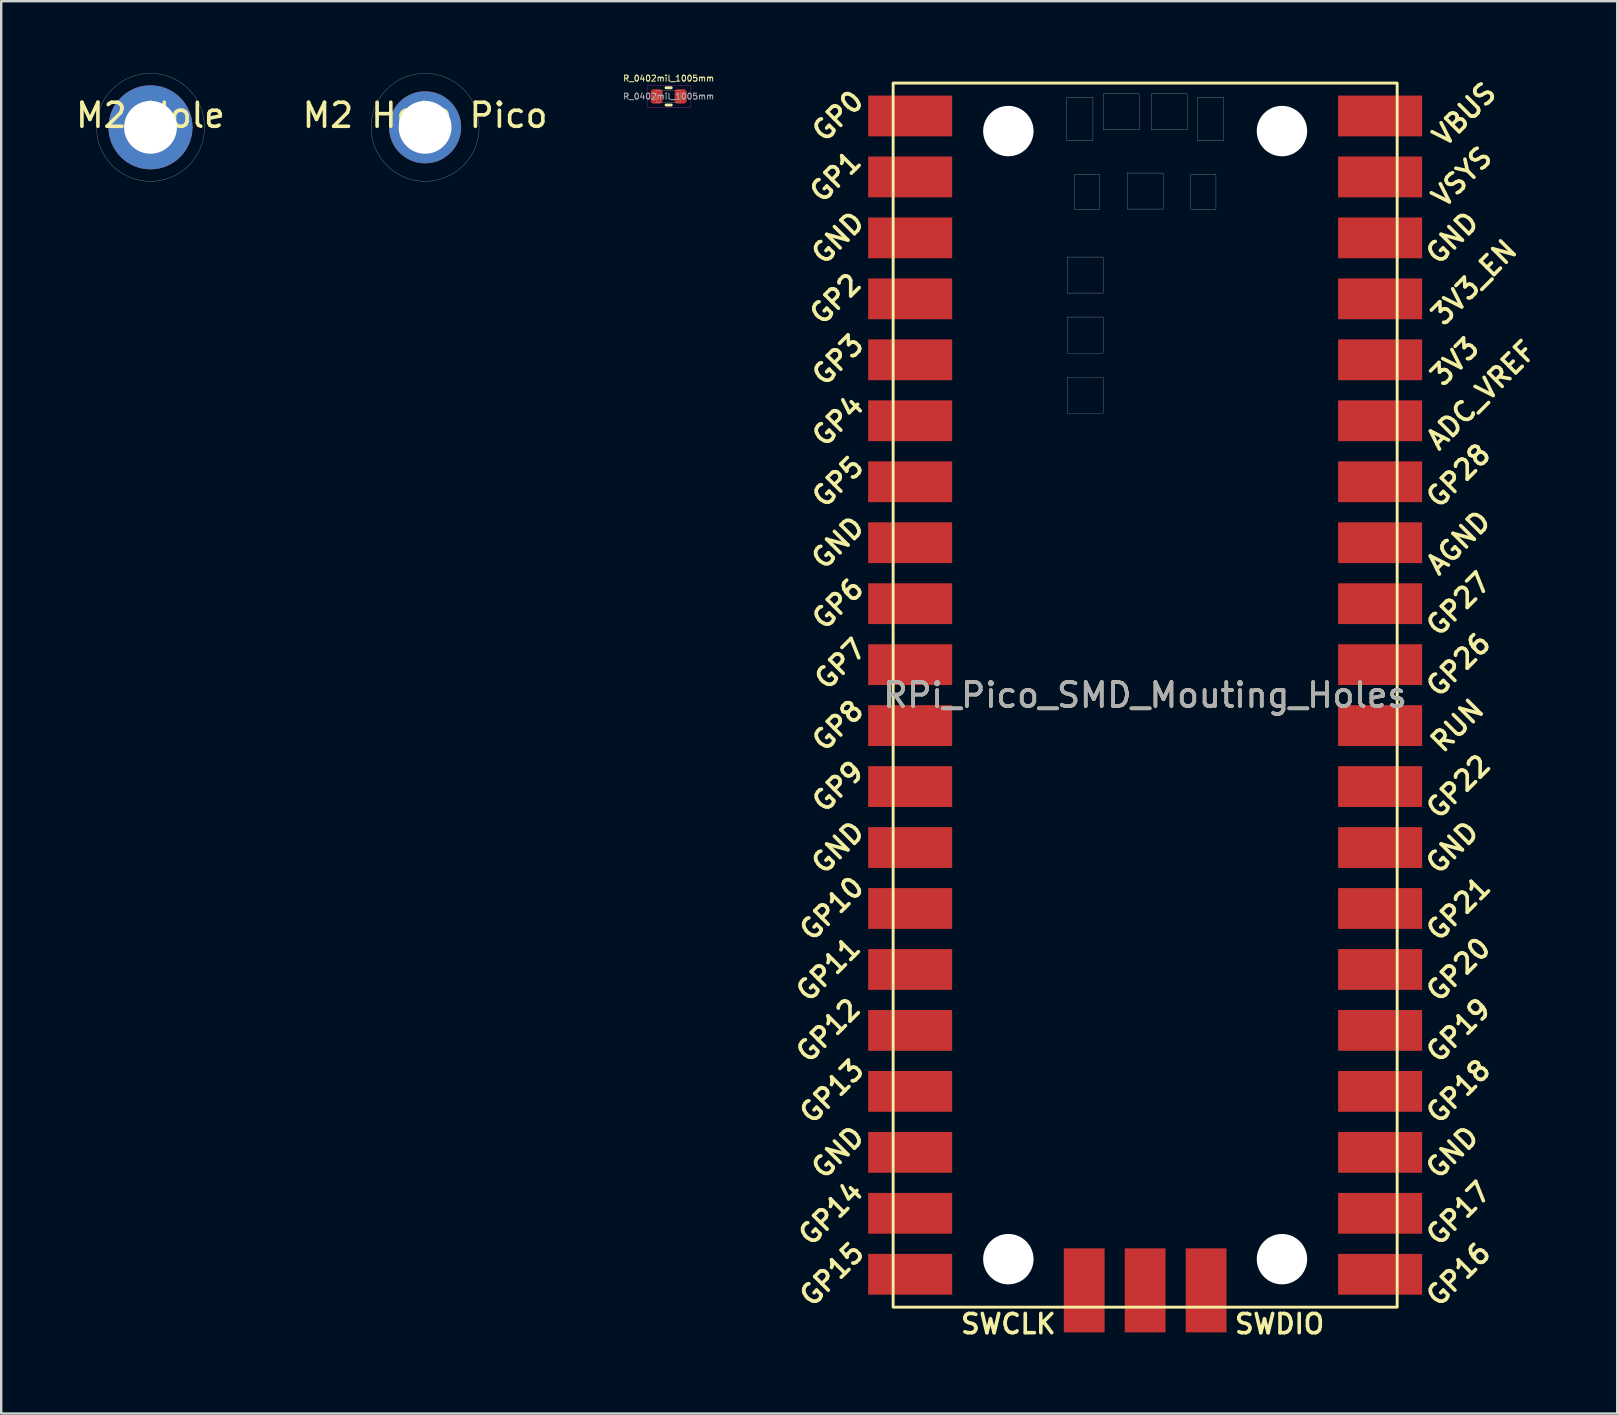
<source format=kicad_pcb>
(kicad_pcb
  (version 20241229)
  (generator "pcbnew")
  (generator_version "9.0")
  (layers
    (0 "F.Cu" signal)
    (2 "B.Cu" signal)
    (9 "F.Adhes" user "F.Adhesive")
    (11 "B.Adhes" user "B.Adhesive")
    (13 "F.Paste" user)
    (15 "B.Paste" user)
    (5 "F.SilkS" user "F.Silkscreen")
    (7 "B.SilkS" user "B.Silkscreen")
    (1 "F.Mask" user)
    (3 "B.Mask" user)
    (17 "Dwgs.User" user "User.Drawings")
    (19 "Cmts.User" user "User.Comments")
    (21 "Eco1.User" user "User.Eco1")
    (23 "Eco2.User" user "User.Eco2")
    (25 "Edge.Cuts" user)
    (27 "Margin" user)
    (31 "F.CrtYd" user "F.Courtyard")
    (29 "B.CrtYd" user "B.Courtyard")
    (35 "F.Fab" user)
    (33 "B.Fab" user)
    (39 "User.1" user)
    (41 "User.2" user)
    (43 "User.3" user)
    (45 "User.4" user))
  (footprint "R_0402mil_1005mm"
    (layer "F.Cu")
    (at 24.809 0.966)
    (property "Reference" "R_0402mil_1005mm" (at 0 -0.75 0) (layer "F.SilkS") (effects (font (size 0.25 0.25) (thickness 0.04))))
    (attr smd)
    (fp_line (start -0.108 -0.36) (end 0.108 -0.36) (stroke (width 0.12) (type solid)) (layer "F.SilkS"))
    (fp_line (start -0.108 0.36) (end 0.108 0.36) (stroke (width 0.12) (type solid)) (layer "F.SilkS"))
    (fp_rect (start -0.9 -0.45) (end 0.9 0.45) (stroke (width 0.01) (type solid)) (fill no) (layer "F.CrtYd"))
    (fp_rect (start -0.5 -0.25) (end 0.5 0.25) (stroke (width 0.01) (type solid)) (fill no) (layer "F.Fab"))
    (fp_text user "${REFERENCE}" (at 0 0 0) (layer "F.Fab") (effects (font (size 0.25 0.25) (thickness 0.04))))
    (pad "1" smd roundrect (at -0.5 0) (size 0.5 0.6) (layers "F.Cu" "F.Mask" "F.Paste") (roundrect_rratio 0.25))
    (pad "2" smd roundrect (at 0.5 0) (size 0.5 0.6) (layers "F.Cu" "F.Mask" "F.Paste") (roundrect_rratio 0.25)))
  (footprint "M2 Hole"
    (layer "F.Cu")
    (at 3.22 2.255)
    (property "Reference" "M2 Hole" (at 0 -0.5 0) (unlocked yes) (layer "F.SilkS") (effects (font (size 1 1) (thickness 0.15))))
    (attr through_hole)
    (fp_circle (center 0 0) (end 2.25 0) (stroke (width 0.01) (type solid)) (fill no) (layer "Dwgs.User"))
    (pad "1" thru_hole circle (at 0 0) (size 3.5 3.5) (drill 2.2) (layers "*.Cu" "*.Mask")))
  (footprint "RPi_Pico_SMD_Mouting_Holes"
    (layer "F.Cu")
    (at 44.661 25.911)
    (property "Reference" "RPi_Pico_SMD_Mouting_Holes" (at 0 0 0) (layer "F.SilkS") (effects (font (size 1 1) (thickness 0.15))))
    (attr through_hole)
    (fp_rect (start -10.5 -25.5) (end 10.5 25.5) (stroke (width 0.12) (type solid)) (fill no) (layer "F.SilkS"))
    (fp_rect (start -3.275 -24.9) (end -2.175 -23.1) (stroke (width 0.01) (type solid)) (fill no) (layer "Dwgs.User"))
    (fp_rect (start -3.25 -18.25) (end -1.75 -16.75) (stroke (width 0.01) (type solid)) (fill no) (layer "Dwgs.User"))
    (fp_rect (start -3.25 -15.75) (end -1.75 -14.25) (stroke (width 0.01) (type solid)) (fill no) (layer "Dwgs.User"))
    (fp_rect (start -3.25 -13.25) (end -1.75 -11.75) (stroke (width 0.01) (type solid)) (fill no) (layer "Dwgs.User"))
    (fp_rect (start -2.95 -21.695) (end -1.9 -20.245) (stroke (width 0.01) (type solid)) (fill no) (layer "Dwgs.User"))
    (fp_rect (start -1.75 -25.05) (end -0.25 -23.55) (stroke (width 0.01) (type solid)) (fill no) (layer "Dwgs.User"))
    (fp_rect (start -0.75 -21.75) (end 0.75 -20.25) (stroke (width 0.01) (type solid)) (fill no) (layer "Dwgs.User"))
    (fp_rect (start 0.25 -25.05) (end 1.75 -23.55) (stroke (width 0.01) (type solid)) (fill no) (layer "Dwgs.User"))
    (fp_rect (start 1.9 -21.695) (end 2.95 -20.245) (stroke (width 0.01) (type solid)) (fill no) (layer "Dwgs.User"))
    (fp_rect (start 2.175 -24.9) (end 3.275 -23.1) (stroke (width 0.01) (type solid)) (fill no) (layer "Dwgs.User"))
    (fp_text user "SWCLK" (at -5.7 26.2 0) (layer "F.SilkS") (effects (font (size 0.8 0.8) (thickness 0.15))))
    (fp_text user "GP5" (at -12.8 -8.89 45) (layer "F.SilkS") (effects (font (size 0.8 0.8) (thickness 0.15))))
    (fp_text user "GND" (at -12.8 -6.35 45) (layer "F.SilkS") (effects (font (size 0.8 0.8) (thickness 0.15))))
    (fp_text user "GP17" (at 13.054 21.59 45) (layer "F.SilkS") (effects (font (size 0.8 0.8) (thickness 0.15))))
    (fp_text user "SWDIO" (at 5.6 26.2 0) (layer "F.SilkS") (effects (font (size 0.8 0.8) (thickness 0.15))))
    (fp_text user "GP15" (at -13.054 24.13 45) (layer "F.SilkS") (effects (font (size 0.8 0.8) (thickness 0.15))))
    (fp_text user "GP14" (at -13.1 21.59 45) (layer "F.SilkS") (effects (font (size 0.8 0.8) (thickness 0.15))))
    (fp_text user "GP21" (at 13.054 8.9 45) (layer "F.SilkS") (effects (font (size 0.8 0.8) (thickness 0.15))))
    (fp_text user "GND" (at 12.8 19.05 45) (layer "F.SilkS") (effects (font (size 0.8 0.8) (thickness 0.15))))
    (fp_text user "GP4" (at -12.8 -11.43 45) (layer "F.SilkS") (effects (font (size 0.8 0.8) (thickness 0.15))))
    (fp_text user "GND" (at -12.8 6.35 45) (layer "F.SilkS") (effects (font (size 0.8 0.8) (thickness 0.15))))
    (fp_text user "GP1" (at -12.9 -21.6 45) (layer "F.SilkS") (effects (font (size 0.8 0.8) (thickness 0.15))))
    (fp_text user "GP3" (at -12.8 -13.97 45) (layer "F.SilkS") (effects (font (size 0.8 0.8) (thickness 0.15))))
    (fp_text user "GP9" (at -12.8 3.81 45) (layer "F.SilkS") (effects (font (size 0.8 0.8) (thickness 0.15))))
    (fp_text user "GP20" (at 13.054 11.43 45) (layer "F.SilkS") (effects (font (size 0.8 0.8) (thickness 0.15))))
    (fp_text user "AGND" (at 13.054 -6.35 45) (layer "F.SilkS") (effects (font (size 0.8 0.8) (thickness 0.15))))
    (fp_text user "GND" (at -12.8 19.05 45) (layer "F.SilkS") (effects (font (size 0.8 0.8) (thickness 0.15))))
    (fp_text user "VSYS" (at 13.2 -21.59 45) (layer "F.SilkS") (effects (font (size 0.8 0.8) (thickness 0.15))))
    (fp_text user "GP11" (at -13.2 11.43 45) (layer "F.SilkS") (effects (font (size 0.8 0.8) (thickness 0.15))))
    (fp_text user "GP28" (at 13.054 -9.144 45) (layer "F.SilkS") (effects (font (size 0.8 0.8) (thickness 0.15))))
    (fp_text user "GND" (at 12.8 -19.05 45) (layer "F.SilkS") (effects (font (size 0.8 0.8) (thickness 0.15))))
    (fp_text user "GP19" (at 13.054 13.97 45) (layer "F.SilkS") (effects (font (size 0.8 0.8) (thickness 0.15))))
    (fp_text user "GP26" (at 13.054 -1.27 45) (layer "F.SilkS") (effects (font (size 0.8 0.8) (thickness 0.15))))
    (fp_text user "GP10" (at -13.054 8.89 45) (layer "F.SilkS") (effects (font (size 0.8 0.8) (thickness 0.15))))
    (fp_text user "3V3_EN" (at 13.7 -17.2 45) (layer "F.SilkS") (effects (font (size 0.8 0.8) (thickness 0.15))))
    (fp_text user "VBUS" (at 13.3 -24.2 45) (layer "F.SilkS") (effects (font (size 0.8 0.8) (thickness 0.15))))
    (fp_text user "GP27" (at 13.054 -3.8 45) (layer "F.SilkS") (effects (font (size 0.8 0.8) (thickness 0.15))))
    (fp_text user "GP12" (at -13.2 13.97 45) (layer "F.SilkS") (effects (font (size 0.8 0.8) (thickness 0.15))))
    (fp_text user "GP2" (at -12.9 -16.51 45) (layer "F.SilkS") (effects (font (size 0.8 0.8) (thickness 0.15))))
    (fp_text user "GND" (at -12.8 -19.05 45) (layer "F.SilkS") (effects (font (size 0.8 0.8) (thickness 0.15))))
    (fp_text user "GP7" (at -12.7 -1.3 45) (layer "F.SilkS") (effects (font (size 0.8 0.8) (thickness 0.15))))
    (fp_text user "GP0" (at -12.8 -24.13 45) (layer "F.SilkS") (effects (font (size 0.8 0.8) (thickness 0.15))))
    (fp_text user "GP16" (at 13.054 24.13 45) (layer "F.SilkS") (effects (font (size 0.8 0.8) (thickness 0.15))))
    (fp_text user "GP18" (at 13.054 16.51 45) (layer "F.SilkS") (effects (font (size 0.8 0.8) (thickness 0.15))))
    (fp_text user "GND" (at 12.8 6.35 45) (layer "F.SilkS") (effects (font (size 0.8 0.8) (thickness 0.15))))
    (fp_text user "RUN" (at 13 1.27 45) (layer "F.SilkS") (effects (font (size 0.8 0.8) (thickness 0.15))))
    (fp_text user "GP6" (at -12.8 -3.81 45) (layer "F.SilkS") (effects (font (size 0.8 0.8) (thickness 0.15))))
    (fp_text user "GP13" (at -13.054 16.51 45) (layer "F.SilkS") (effects (font (size 0.8 0.8) (thickness 0.15))))
    (fp_text user "GP22" (at 13.054 3.81 45) (layer "F.SilkS") (effects (font (size 0.8 0.8) (thickness 0.15))))
    (fp_text user "3V3" (at 12.9 -13.9 45) (layer "F.SilkS") (effects (font (size 0.8 0.8) (thickness 0.15))))
    (fp_text user "ADC_VREF" (at 14 -12.5 45) (layer "F.SilkS") (effects (font (size 0.8 0.8) (thickness 0.15))))
    (fp_text user "GP8" (at -12.8 1.27 45) (layer "F.SilkS") (effects (font (size 0.8 0.8) (thickness 0.15))))
    (fp_text user "${REFERENCE}" (at 0 0 180) (layer "F.Fab") (effects (font (size 1 1) (thickness 0.15))))
    (pad "" np_thru_hole circle (at -5.7 -23.5) (size 2.1 2.1) (drill 2.1) (layers "*.Cu" "*.Mask"))
    (pad "" np_thru_hole circle (at -5.7 23.5) (size 2.1 2.1) (drill 2.1) (layers "*.Cu" "*.Mask"))
    (pad "" np_thru_hole circle (at 5.7 -23.5) (size 2.1 2.1) (drill 2.1) (layers "*.Cu" "*.Mask"))
    (pad "" np_thru_hole circle (at 5.7 23.5) (size 2.1 2.1) (drill 2.1) (layers "*.Cu" "*.Mask"))
    (pad "1" smd rect (at -8.89 -24.13) (size 3.5 1.7) (drill (offset -0.9 0)) (layers "F.Cu" "F.Mask"))
    (pad "2" smd rect (at -8.89 -21.59) (size 3.5 1.7) (drill (offset -0.9 0)) (layers "F.Cu" "F.Mask"))
    (pad "3" smd rect (at -8.89 -19.05) (size 3.5 1.7) (drill (offset -0.9 0)) (layers "F.Cu" "F.Mask"))
    (pad "4" smd rect (at -8.89 -16.51) (size 3.5 1.7) (drill (offset -0.9 0)) (layers "F.Cu" "F.Mask"))
    (pad "5" smd rect (at -8.89 -13.97) (size 3.5 1.7) (drill (offset -0.9 0)) (layers "F.Cu" "F.Mask"))
    (pad "6" smd rect (at -8.89 -11.43) (size 3.5 1.7) (drill (offset -0.9 0)) (layers "F.Cu" "F.Mask"))
    (pad "7" smd rect (at -8.89 -8.89) (size 3.5 1.7) (drill (offset -0.9 0)) (layers "F.Cu" "F.Mask"))
    (pad "8" smd rect (at -8.89 -6.35) (size 3.5 1.7) (drill (offset -0.9 0)) (layers "F.Cu" "F.Mask"))
    (pad "9" smd rect (at -8.89 -3.81) (size 3.5 1.7) (drill (offset -0.9 0)) (layers "F.Cu" "F.Mask"))
    (pad "10" smd rect (at -8.89 -1.27) (size 3.5 1.7) (drill (offset -0.9 0)) (layers "F.Cu" "F.Mask"))
    (pad "11" smd rect (at -8.89 1.27) (size 3.5 1.7) (drill (offset -0.9 0)) (layers "F.Cu" "F.Mask"))
    (pad "12" smd rect (at -8.89 3.81) (size 3.5 1.7) (drill (offset -0.9 0)) (layers "F.Cu" "F.Mask"))
    (pad "13" smd rect (at -8.89 6.35) (size 3.5 1.7) (drill (offset -0.9 0)) (layers "F.Cu" "F.Mask"))
    (pad "14" smd rect (at -8.89 8.89) (size 3.5 1.7) (drill (offset -0.9 0)) (layers "F.Cu" "F.Mask"))
    (pad "15" smd rect (at -8.89 11.43) (size 3.5 1.7) (drill (offset -0.9 0)) (layers "F.Cu" "F.Mask"))
    (pad "16" smd rect (at -8.89 13.97) (size 3.5 1.7) (drill (offset -0.9 0)) (layers "F.Cu" "F.Mask"))
    (pad "17" smd rect (at -8.89 16.51) (size 3.5 1.7) (drill (offset -0.9 0)) (layers "F.Cu" "F.Mask"))
    (pad "18" smd rect (at -8.89 19.05) (size 3.5 1.7) (drill (offset -0.9 0)) (layers "F.Cu" "F.Mask"))
    (pad "19" smd rect (at -8.89 21.59) (size 3.5 1.7) (drill (offset -0.9 0)) (layers "F.Cu" "F.Mask"))
    (pad "20" smd rect (at -8.89 24.13) (size 3.5 1.7) (drill (offset -0.9 0)) (layers "F.Cu" "F.Mask"))
    (pad "21" smd rect (at 8.89 24.13) (size 3.5 1.7) (drill (offset 0.9 0)) (layers "F.Cu" "F.Mask"))
    (pad "22" smd rect (at 8.89 21.59) (size 3.5 1.7) (drill (offset 0.9 0)) (layers "F.Cu" "F.Mask"))
    (pad "23" smd rect (at 8.89 19.05) (size 3.5 1.7) (drill (offset 0.9 0)) (layers "F.Cu" "F.Mask"))
    (pad "24" smd rect (at 8.89 16.51) (size 3.5 1.7) (drill (offset 0.9 0)) (layers "F.Cu" "F.Mask"))
    (pad "25" smd rect (at 8.89 13.97) (size 3.5 1.7) (drill (offset 0.9 0)) (layers "F.Cu" "F.Mask"))
    (pad "26" smd rect (at 8.89 11.43) (size 3.5 1.7) (drill (offset 0.9 0)) (layers "F.Cu" "F.Mask"))
    (pad "27" smd rect (at 8.89 8.89) (size 3.5 1.7) (drill (offset 0.9 0)) (layers "F.Cu" "F.Mask"))
    (pad "28" smd rect (at 8.89 6.35) (size 3.5 1.7) (drill (offset 0.9 0)) (layers "F.Cu" "F.Mask"))
    (pad "29" smd rect (at 8.89 3.81) (size 3.5 1.7) (drill (offset 0.9 0)) (layers "F.Cu" "F.Mask"))
    (pad "30" smd rect (at 8.89 1.27) (size 3.5 1.7) (drill (offset 0.9 0)) (layers "F.Cu" "F.Mask"))
    (pad "31" smd rect (at 8.89 -1.27) (size 3.5 1.7) (drill (offset 0.9 0)) (layers "F.Cu" "F.Mask"))
    (pad "32" smd rect (at 8.89 -3.81) (size 3.5 1.7) (drill (offset 0.9 0)) (layers "F.Cu" "F.Mask"))
    (pad "33" smd rect (at 8.89 -6.35) (size 3.5 1.7) (drill (offset 0.9 0)) (layers "F.Cu" "F.Mask"))
    (pad "34" smd rect (at 8.89 -8.89) (size 3.5 1.7) (drill (offset 0.9 0)) (layers "F.Cu" "F.Mask"))
    (pad "35" smd rect (at 8.89 -11.43) (size 3.5 1.7) (drill (offset 0.9 0)) (layers "F.Cu" "F.Mask"))
    (pad "36" smd rect (at 8.89 -13.97) (size 3.5 1.7) (drill (offset 0.9 0)) (layers "F.Cu" "F.Mask"))
    (pad "37" smd rect (at 8.89 -16.51) (size 3.5 1.7) (drill (offset 0.9 0)) (layers "F.Cu" "F.Mask"))
    (pad "38" smd rect (at 8.89 -19.05) (size 3.5 1.7) (drill (offset 0.9 0)) (layers "F.Cu" "F.Mask"))
    (pad "39" smd rect (at 8.89 -21.59) (size 3.5 1.7) (drill (offset 0.9 0)) (layers "F.Cu" "F.Mask"))
    (pad "40" smd rect (at 8.89 -24.13) (size 3.5 1.7) (drill (offset 0.9 0)) (layers "F.Cu" "F.Mask"))
    (pad "41" smd rect (at -2.54 23.9 90) (size 3.5 1.7) (drill (offset -0.9 0)) (layers "F.Cu" "F.Mask"))
    (pad "42" smd rect (at 0 23.9 90) (size 3.5 1.7) (drill (offset -0.9 0)) (layers "F.Cu" "F.Mask"))
    (pad "43" smd rect (at 2.54 23.9 90) (size 3.5 1.7) (drill (offset -0.9 0)) (layers "F.Cu" "F.Mask"))
    (zone (net_name "") (layer "F.Cu") (hatch edge 0.508) (connect_pads) (min_thickness 0.254) (filled_areas_thickness no) (keepout (tracks not_allowed) (vias not_allowed) (pads not_allowed) (copperpour not_allowed) (footprints not_allowed)) (placement (enabled no)) (fill) (polygon (pts (xy 43.161 14.411) (xy 41.161 14.411) (xy 41.161 7.411) (xy 43.161 7.411))))
    (zone (net_name "") (layer "F.Cu") (hatch edge 0.508) (connect_pads) (min_thickness 0.254) (filled_areas_thickness no) (keepout (tracks not_allowed) (vias not_allowed) (pads not_allowed) (copperpour not_allowed) (footprints not_allowed)) (placement (enabled no)) (fill) (polygon (pts (xy 48.161 5.911) (xy 41.161 5.911) (xy 41.161 0.411) (xy 48.161 0.411))))
    (zone (net_name "") (layer "F.Cu") (hatch edge 0.508) (connect_pads) (min_thickness 0.254) (filled_areas_thickness no) (keepout (tracks allowed) (vias allowed) (pads allowed) (copperpour allowed) (footprints not_allowed)) (placement (enabled no)) (fill) (polygon (pts (xy 55.161 51.411) (xy 34.161 51.411) (xy 34.161 0.411) (xy 55.161 0.411)))))
  (footprint "M2 Hole Pico"
    (layer "F.Cu")
    (at 14.661 2.255)
    (property "Reference" "M2 Hole Pico" (at 0 -0.5 0) (unlocked yes) (layer "F.SilkS") (effects (font (size 1 1) (thickness 0.15))))
    (attr through_hole)
    (fp_circle (center 0 0) (end 2.25 0) (stroke (width 0.01) (type solid)) (fill no) (layer "Dwgs.User"))
    (pad "1" thru_hole circle (at 0 0) (size 3 3) (drill 2.2) (layers "*.Cu" "*.Mask")))
  (gr_rect
    (start -3 -3)
    (end 64.328 55.842)
    (stroke (width 0.1) (type default))
    (fill no)
    (layer "Edge.Cuts")))
</source>
